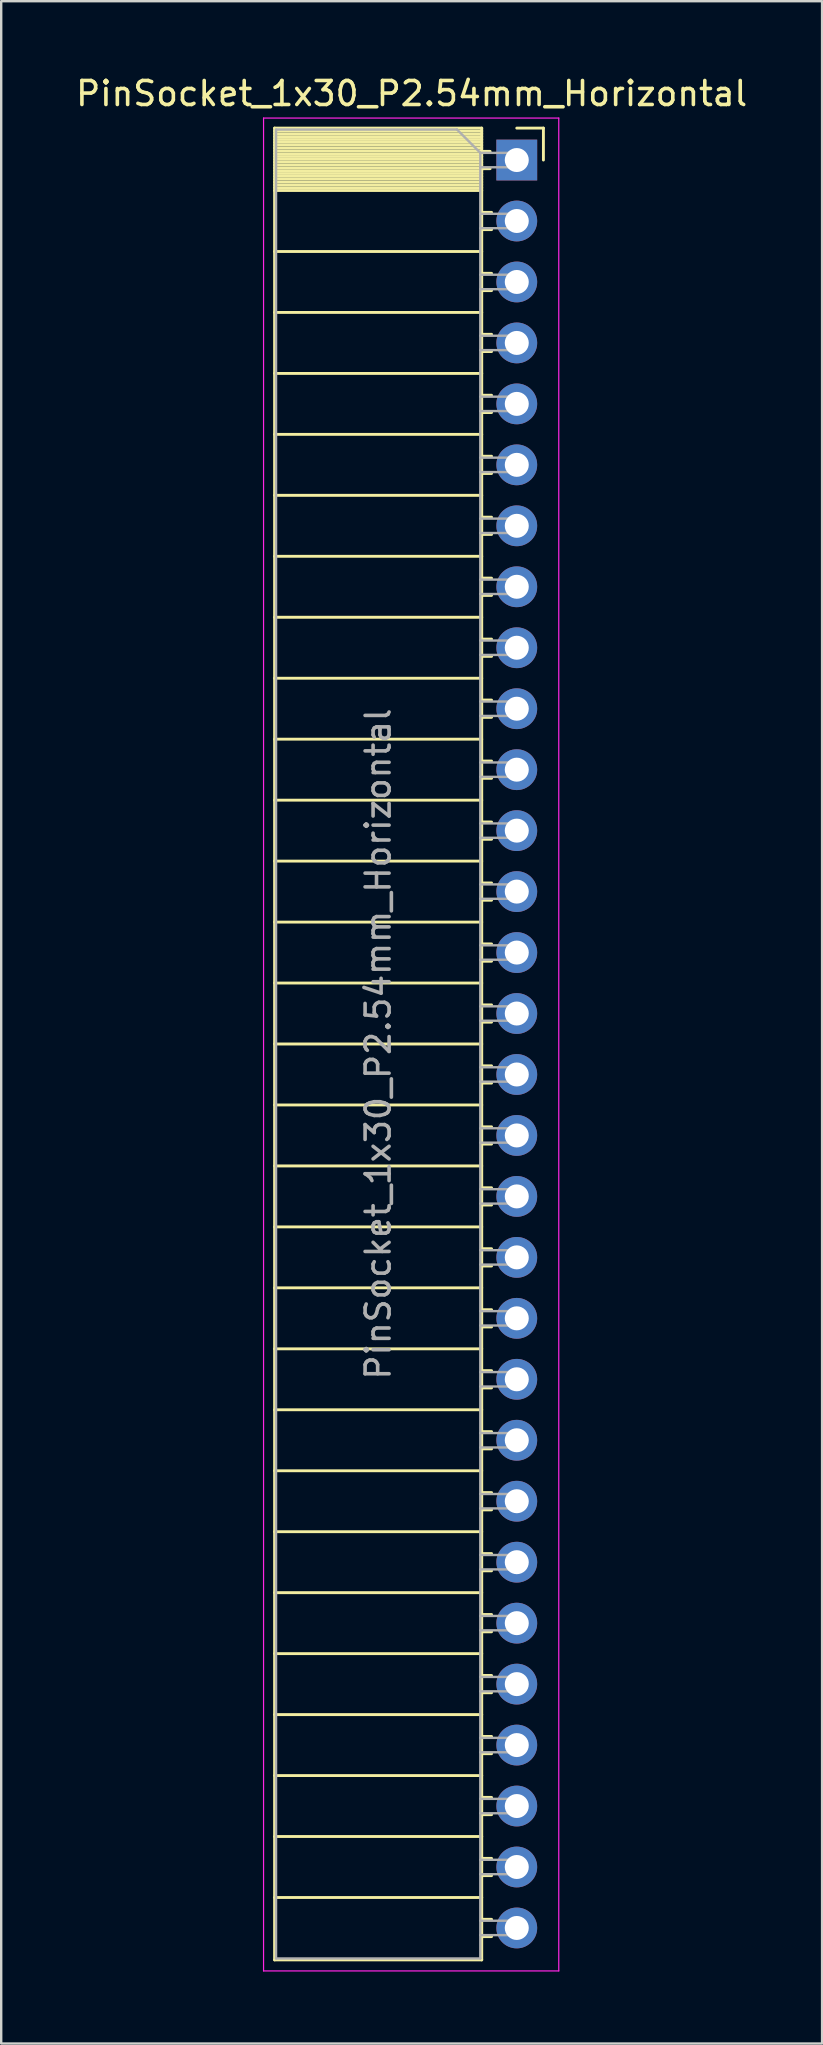
<source format=kicad_pcb>
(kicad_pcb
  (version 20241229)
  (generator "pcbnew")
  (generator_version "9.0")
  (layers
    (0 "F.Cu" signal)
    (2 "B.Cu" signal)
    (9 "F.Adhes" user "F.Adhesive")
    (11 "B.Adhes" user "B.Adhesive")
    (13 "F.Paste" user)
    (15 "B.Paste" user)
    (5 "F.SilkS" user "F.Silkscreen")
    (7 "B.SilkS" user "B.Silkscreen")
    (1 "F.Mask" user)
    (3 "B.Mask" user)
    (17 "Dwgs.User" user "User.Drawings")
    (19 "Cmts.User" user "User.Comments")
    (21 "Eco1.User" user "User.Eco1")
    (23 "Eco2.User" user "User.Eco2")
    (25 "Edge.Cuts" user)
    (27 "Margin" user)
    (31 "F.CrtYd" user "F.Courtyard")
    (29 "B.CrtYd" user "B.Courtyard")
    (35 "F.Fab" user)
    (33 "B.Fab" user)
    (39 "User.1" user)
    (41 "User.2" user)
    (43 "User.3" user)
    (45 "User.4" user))
  (footprint "PinSocket_1x30_P2.54mm_Horizontal"
    (layer "F.Cu")
    (at 18.481 3.618)
    (property "Reference" "PinSocket_1x30_P2.54mm_Horizontal" (at -4.38 -2.77 0) (layer "F.SilkS") (effects (font (size 1 1) (thickness 0.15))))
    (attr through_hole)
    (fp_line (start -10.09 -1.33) (end -10.09 74.99) (stroke (width 0.12) (type solid)) (layer "F.SilkS"))
    (fp_line (start -10.09 -1.33) (end -1.46 -1.33) (stroke (width 0.12) (type solid)) (layer "F.SilkS"))
    (fp_line (start -10.09 -1.21) (end -1.46 -1.21) (stroke (width 0.12) (type solid)) (layer "F.SilkS"))
    (fp_line (start -10.09 -1.092) (end -1.46 -1.092) (stroke (width 0.12) (type solid)) (layer "F.SilkS"))
    (fp_line (start -10.09 -0.974) (end -1.46 -0.974) (stroke (width 0.12) (type solid)) (layer "F.SilkS"))
    (fp_line (start -10.09 -0.856) (end -1.46 -0.856) (stroke (width 0.12) (type solid)) (layer "F.SilkS"))
    (fp_line (start -10.09 -0.738) (end -1.46 -0.738) (stroke (width 0.12) (type solid)) (layer "F.SilkS"))
    (fp_line (start -10.09 -0.62) (end -1.46 -0.62) (stroke (width 0.12) (type solid)) (layer "F.SilkS"))
    (fp_line (start -10.09 -0.501) (end -1.46 -0.501) (stroke (width 0.12) (type solid)) (layer "F.SilkS"))
    (fp_line (start -10.09 -0.383) (end -1.46 -0.383) (stroke (width 0.12) (type solid)) (layer "F.SilkS"))
    (fp_line (start -10.09 -0.265) (end -1.46 -0.265) (stroke (width 0.12) (type solid)) (layer "F.SilkS"))
    (fp_line (start -10.09 -0.147) (end -1.46 -0.147) (stroke (width 0.12) (type solid)) (layer "F.SilkS"))
    (fp_line (start -10.09 -0.029) (end -1.46 -0.029) (stroke (width 0.12) (type solid)) (layer "F.SilkS"))
    (fp_line (start -10.09 0.089) (end -1.46 0.089) (stroke (width 0.12) (type solid)) (layer "F.SilkS"))
    (fp_line (start -10.09 0.207) (end -1.46 0.207) (stroke (width 0.12) (type solid)) (layer "F.SilkS"))
    (fp_line (start -10.09 0.325) (end -1.46 0.325) (stroke (width 0.12) (type solid)) (layer "F.SilkS"))
    (fp_line (start -10.09 0.443) (end -1.46 0.443) (stroke (width 0.12) (type solid)) (layer "F.SilkS"))
    (fp_line (start -10.09 0.561) (end -1.46 0.561) (stroke (width 0.12) (type solid)) (layer "F.SilkS"))
    (fp_line (start -10.09 0.68) (end -1.46 0.68) (stroke (width 0.12) (type solid)) (layer "F.SilkS"))
    (fp_line (start -10.09 0.798) (end -1.46 0.798) (stroke (width 0.12) (type solid)) (layer "F.SilkS"))
    (fp_line (start -10.09 0.916) (end -1.46 0.916) (stroke (width 0.12) (type solid)) (layer "F.SilkS"))
    (fp_line (start -10.09 1.034) (end -1.46 1.034) (stroke (width 0.12) (type solid)) (layer "F.SilkS"))
    (fp_line (start -10.09 1.152) (end -1.46 1.152) (stroke (width 0.12) (type solid)) (layer "F.SilkS"))
    (fp_line (start -10.09 1.27) (end -1.46 1.27) (stroke (width 0.12) (type solid)) (layer "F.SilkS"))
    (fp_line (start -10.09 3.81) (end -1.46 3.81) (stroke (width 0.12) (type solid)) (layer "F.SilkS"))
    (fp_line (start -10.09 6.35) (end -1.46 6.35) (stroke (width 0.12) (type solid)) (layer "F.SilkS"))
    (fp_line (start -10.09 8.89) (end -1.46 8.89) (stroke (width 0.12) (type solid)) (layer "F.SilkS"))
    (fp_line (start -10.09 11.43) (end -1.46 11.43) (stroke (width 0.12) (type solid)) (layer "F.SilkS"))
    (fp_line (start -10.09 13.97) (end -1.46 13.97) (stroke (width 0.12) (type solid)) (layer "F.SilkS"))
    (fp_line (start -10.09 16.51) (end -1.46 16.51) (stroke (width 0.12) (type solid)) (layer "F.SilkS"))
    (fp_line (start -10.09 19.05) (end -1.46 19.05) (stroke (width 0.12) (type solid)) (layer "F.SilkS"))
    (fp_line (start -10.09 21.59) (end -1.46 21.59) (stroke (width 0.12) (type solid)) (layer "F.SilkS"))
    (fp_line (start -10.09 24.13) (end -1.46 24.13) (stroke (width 0.12) (type solid)) (layer "F.SilkS"))
    (fp_line (start -10.09 26.67) (end -1.46 26.67) (stroke (width 0.12) (type solid)) (layer "F.SilkS"))
    (fp_line (start -10.09 29.21) (end -1.46 29.21) (stroke (width 0.12) (type solid)) (layer "F.SilkS"))
    (fp_line (start -10.09 31.75) (end -1.46 31.75) (stroke (width 0.12) (type solid)) (layer "F.SilkS"))
    (fp_line (start -10.09 34.29) (end -1.46 34.29) (stroke (width 0.12) (type solid)) (layer "F.SilkS"))
    (fp_line (start -10.09 36.83) (end -1.46 36.83) (stroke (width 0.12) (type solid)) (layer "F.SilkS"))
    (fp_line (start -10.09 39.37) (end -1.46 39.37) (stroke (width 0.12) (type solid)) (layer "F.SilkS"))
    (fp_line (start -10.09 41.91) (end -1.46 41.91) (stroke (width 0.12) (type solid)) (layer "F.SilkS"))
    (fp_line (start -10.09 44.45) (end -1.46 44.45) (stroke (width 0.12) (type solid)) (layer "F.SilkS"))
    (fp_line (start -10.09 46.99) (end -1.46 46.99) (stroke (width 0.12) (type solid)) (layer "F.SilkS"))
    (fp_line (start -10.09 49.53) (end -1.46 49.53) (stroke (width 0.12) (type solid)) (layer "F.SilkS"))
    (fp_line (start -10.09 52.07) (end -1.46 52.07) (stroke (width 0.12) (type solid)) (layer "F.SilkS"))
    (fp_line (start -10.09 54.61) (end -1.46 54.61) (stroke (width 0.12) (type solid)) (layer "F.SilkS"))
    (fp_line (start -10.09 57.15) (end -1.46 57.15) (stroke (width 0.12) (type solid)) (layer "F.SilkS"))
    (fp_line (start -10.09 59.69) (end -1.46 59.69) (stroke (width 0.12) (type solid)) (layer "F.SilkS"))
    (fp_line (start -10.09 62.23) (end -1.46 62.23) (stroke (width 0.12) (type solid)) (layer "F.SilkS"))
    (fp_line (start -10.09 64.77) (end -1.46 64.77) (stroke (width 0.12) (type solid)) (layer "F.SilkS"))
    (fp_line (start -10.09 67.31) (end -1.46 67.31) (stroke (width 0.12) (type solid)) (layer "F.SilkS"))
    (fp_line (start -10.09 69.85) (end -1.46 69.85) (stroke (width 0.12) (type solid)) (layer "F.SilkS"))
    (fp_line (start -10.09 72.39) (end -1.46 72.39) (stroke (width 0.12) (type solid)) (layer "F.SilkS"))
    (fp_line (start -10.09 74.99) (end -1.46 74.99) (stroke (width 0.12) (type solid)) (layer "F.SilkS"))
    (fp_line (start -1.46 -1.33) (end -1.46 74.99) (stroke (width 0.12) (type solid)) (layer "F.SilkS"))
    (fp_line (start -1.46 -0.36) (end -1.11 -0.36) (stroke (width 0.12) (type solid)) (layer "F.SilkS"))
    (fp_line (start -1.46 0.36) (end -1.11 0.36) (stroke (width 0.12) (type solid)) (layer "F.SilkS"))
    (fp_line (start -1.46 2.18) (end -1.05 2.18) (stroke (width 0.12) (type solid)) (layer "F.SilkS"))
    (fp_line (start -1.46 2.9) (end -1.05 2.9) (stroke (width 0.12) (type solid)) (layer "F.SilkS"))
    (fp_line (start -1.46 4.72) (end -1.05 4.72) (stroke (width 0.12) (type solid)) (layer "F.SilkS"))
    (fp_line (start -1.46 5.44) (end -1.05 5.44) (stroke (width 0.12) (type solid)) (layer "F.SilkS"))
    (fp_line (start -1.46 7.26) (end -1.05 7.26) (stroke (width 0.12) (type solid)) (layer "F.SilkS"))
    (fp_line (start -1.46 7.98) (end -1.05 7.98) (stroke (width 0.12) (type solid)) (layer "F.SilkS"))
    (fp_line (start -1.46 9.8) (end -1.05 9.8) (stroke (width 0.12) (type solid)) (layer "F.SilkS"))
    (fp_line (start -1.46 10.52) (end -1.05 10.52) (stroke (width 0.12) (type solid)) (layer "F.SilkS"))
    (fp_line (start -1.46 12.34) (end -1.05 12.34) (stroke (width 0.12) (type solid)) (layer "F.SilkS"))
    (fp_line (start -1.46 13.06) (end -1.05 13.06) (stroke (width 0.12) (type solid)) (layer "F.SilkS"))
    (fp_line (start -1.46 14.88) (end -1.05 14.88) (stroke (width 0.12) (type solid)) (layer "F.SilkS"))
    (fp_line (start -1.46 15.6) (end -1.05 15.6) (stroke (width 0.12) (type solid)) (layer "F.SilkS"))
    (fp_line (start -1.46 17.42) (end -1.05 17.42) (stroke (width 0.12) (type solid)) (layer "F.SilkS"))
    (fp_line (start -1.46 18.14) (end -1.05 18.14) (stroke (width 0.12) (type solid)) (layer "F.SilkS"))
    (fp_line (start -1.46 19.96) (end -1.05 19.96) (stroke (width 0.12) (type solid)) (layer "F.SilkS"))
    (fp_line (start -1.46 20.68) (end -1.05 20.68) (stroke (width 0.12) (type solid)) (layer "F.SilkS"))
    (fp_line (start -1.46 22.5) (end -1.05 22.5) (stroke (width 0.12) (type solid)) (layer "F.SilkS"))
    (fp_line (start -1.46 23.22) (end -1.05 23.22) (stroke (width 0.12) (type solid)) (layer "F.SilkS"))
    (fp_line (start -1.46 25.04) (end -1.05 25.04) (stroke (width 0.12) (type solid)) (layer "F.SilkS"))
    (fp_line (start -1.46 25.76) (end -1.05 25.76) (stroke (width 0.12) (type solid)) (layer "F.SilkS"))
    (fp_line (start -1.46 27.58) (end -1.05 27.58) (stroke (width 0.12) (type solid)) (layer "F.SilkS"))
    (fp_line (start -1.46 28.3) (end -1.05 28.3) (stroke (width 0.12) (type solid)) (layer "F.SilkS"))
    (fp_line (start -1.46 30.12) (end -1.05 30.12) (stroke (width 0.12) (type solid)) (layer "F.SilkS"))
    (fp_line (start -1.46 30.84) (end -1.05 30.84) (stroke (width 0.12) (type solid)) (layer "F.SilkS"))
    (fp_line (start -1.46 32.66) (end -1.05 32.66) (stroke (width 0.12) (type solid)) (layer "F.SilkS"))
    (fp_line (start -1.46 33.38) (end -1.05 33.38) (stroke (width 0.12) (type solid)) (layer "F.SilkS"))
    (fp_line (start -1.46 35.2) (end -1.05 35.2) (stroke (width 0.12) (type solid)) (layer "F.SilkS"))
    (fp_line (start -1.46 35.92) (end -1.05 35.92) (stroke (width 0.12) (type solid)) (layer "F.SilkS"))
    (fp_line (start -1.46 37.74) (end -1.05 37.74) (stroke (width 0.12) (type solid)) (layer "F.SilkS"))
    (fp_line (start -1.46 38.46) (end -1.05 38.46) (stroke (width 0.12) (type solid)) (layer "F.SilkS"))
    (fp_line (start -1.46 40.28) (end -1.05 40.28) (stroke (width 0.12) (type solid)) (layer "F.SilkS"))
    (fp_line (start -1.46 41) (end -1.05 41) (stroke (width 0.12) (type solid)) (layer "F.SilkS"))
    (fp_line (start -1.46 42.82) (end -1.05 42.82) (stroke (width 0.12) (type solid)) (layer "F.SilkS"))
    (fp_line (start -1.46 43.54) (end -1.05 43.54) (stroke (width 0.12) (type solid)) (layer "F.SilkS"))
    (fp_line (start -1.46 45.36) (end -1.05 45.36) (stroke (width 0.12) (type solid)) (layer "F.SilkS"))
    (fp_line (start -1.46 46.08) (end -1.05 46.08) (stroke (width 0.12) (type solid)) (layer "F.SilkS"))
    (fp_line (start -1.46 47.9) (end -1.05 47.9) (stroke (width 0.12) (type solid)) (layer "F.SilkS"))
    (fp_line (start -1.46 48.62) (end -1.05 48.62) (stroke (width 0.12) (type solid)) (layer "F.SilkS"))
    (fp_line (start -1.46 50.44) (end -1.05 50.44) (stroke (width 0.12) (type solid)) (layer "F.SilkS"))
    (fp_line (start -1.46 51.16) (end -1.05 51.16) (stroke (width 0.12) (type solid)) (layer "F.SilkS"))
    (fp_line (start -1.46 52.98) (end -1.05 52.98) (stroke (width 0.12) (type solid)) (layer "F.SilkS"))
    (fp_line (start -1.46 53.7) (end -1.05 53.7) (stroke (width 0.12) (type solid)) (layer "F.SilkS"))
    (fp_line (start -1.46 55.52) (end -1.05 55.52) (stroke (width 0.12) (type solid)) (layer "F.SilkS"))
    (fp_line (start -1.46 56.24) (end -1.05 56.24) (stroke (width 0.12) (type solid)) (layer "F.SilkS"))
    (fp_line (start -1.46 58.06) (end -1.05 58.06) (stroke (width 0.12) (type solid)) (layer "F.SilkS"))
    (fp_line (start -1.46 58.78) (end -1.05 58.78) (stroke (width 0.12) (type solid)) (layer "F.SilkS"))
    (fp_line (start -1.46 60.6) (end -1.05 60.6) (stroke (width 0.12) (type solid)) (layer "F.SilkS"))
    (fp_line (start -1.46 61.32) (end -1.05 61.32) (stroke (width 0.12) (type solid)) (layer "F.SilkS"))
    (fp_line (start -1.46 63.14) (end -1.05 63.14) (stroke (width 0.12) (type solid)) (layer "F.SilkS"))
    (fp_line (start -1.46 63.86) (end -1.05 63.86) (stroke (width 0.12) (type solid)) (layer "F.SilkS"))
    (fp_line (start -1.46 65.68) (end -1.05 65.68) (stroke (width 0.12) (type solid)) (layer "F.SilkS"))
    (fp_line (start -1.46 66.4) (end -1.05 66.4) (stroke (width 0.12) (type solid)) (layer "F.SilkS"))
    (fp_line (start -1.46 68.22) (end -1.05 68.22) (stroke (width 0.12) (type solid)) (layer "F.SilkS"))
    (fp_line (start -1.46 68.94) (end -1.05 68.94) (stroke (width 0.12) (type solid)) (layer "F.SilkS"))
    (fp_line (start -1.46 70.76) (end -1.05 70.76) (stroke (width 0.12) (type solid)) (layer "F.SilkS"))
    (fp_line (start -1.46 71.48) (end -1.05 71.48) (stroke (width 0.12) (type solid)) (layer "F.SilkS"))
    (fp_line (start -1.46 73.3) (end -1.05 73.3) (stroke (width 0.12) (type solid)) (layer "F.SilkS"))
    (fp_line (start -1.46 74.02) (end -1.05 74.02) (stroke (width 0.12) (type solid)) (layer "F.SilkS"))
    (fp_line (start 0 -1.33) (end 1.11 -1.33) (stroke (width 0.12) (type solid)) (layer "F.SilkS"))
    (fp_line (start 1.11 -1.33) (end 1.11 0) (stroke (width 0.12) (type solid)) (layer "F.SilkS"))
    (fp_line (start -10.55 -1.75) (end -10.55 75.45) (stroke (width 0.05) (type solid)) (layer "F.CrtYd"))
    (fp_line (start -10.55 75.45) (end 1.75 75.45) (stroke (width 0.05) (type solid)) (layer "F.CrtYd"))
    (fp_line (start 1.75 -1.75) (end -10.55 -1.75) (stroke (width 0.05) (type solid)) (layer "F.CrtYd"))
    (fp_line (start 1.75 75.45) (end 1.75 -1.75) (stroke (width 0.05) (type solid)) (layer "F.CrtYd"))
    (fp_line (start -10.03 -1.27) (end -2.49 -1.27) (stroke (width 0.1) (type solid)) (layer "F.Fab"))
    (fp_line (start -10.03 74.93) (end -10.03 -1.27) (stroke (width 0.1) (type solid)) (layer "F.Fab"))
    (fp_line (start -2.49 -1.27) (end -1.52 -0.3) (stroke (width 0.1) (type solid)) (layer "F.Fab"))
    (fp_line (start -1.52 -0.3) (end -1.52 74.93) (stroke (width 0.1) (type solid)) (layer "F.Fab"))
    (fp_line (start -1.52 0.3) (end 0 0.3) (stroke (width 0.1) (type solid)) (layer "F.Fab"))
    (fp_line (start -1.52 2.84) (end 0 2.84) (stroke (width 0.1) (type solid)) (layer "F.Fab"))
    (fp_line (start -1.52 5.38) (end 0 5.38) (stroke (width 0.1) (type solid)) (layer "F.Fab"))
    (fp_line (start -1.52 7.92) (end 0 7.92) (stroke (width 0.1) (type solid)) (layer "F.Fab"))
    (fp_line (start -1.52 10.46) (end 0 10.46) (stroke (width 0.1) (type solid)) (layer "F.Fab"))
    (fp_line (start -1.52 13) (end 0 13) (stroke (width 0.1) (type solid)) (layer "F.Fab"))
    (fp_line (start -1.52 15.54) (end 0 15.54) (stroke (width 0.1) (type solid)) (layer "F.Fab"))
    (fp_line (start -1.52 18.08) (end 0 18.08) (stroke (width 0.1) (type solid)) (layer "F.Fab"))
    (fp_line (start -1.52 20.62) (end 0 20.62) (stroke (width 0.1) (type solid)) (layer "F.Fab"))
    (fp_line (start -1.52 23.16) (end 0 23.16) (stroke (width 0.1) (type solid)) (layer "F.Fab"))
    (fp_line (start -1.52 25.7) (end 0 25.7) (stroke (width 0.1) (type solid)) (layer "F.Fab"))
    (fp_line (start -1.52 28.24) (end 0 28.24) (stroke (width 0.1) (type solid)) (layer "F.Fab"))
    (fp_line (start -1.52 30.78) (end 0 30.78) (stroke (width 0.1) (type solid)) (layer "F.Fab"))
    (fp_line (start -1.52 33.32) (end 0 33.32) (stroke (width 0.1) (type solid)) (layer "F.Fab"))
    (fp_line (start -1.52 35.86) (end 0 35.86) (stroke (width 0.1) (type solid)) (layer "F.Fab"))
    (fp_line (start -1.52 38.4) (end 0 38.4) (stroke (width 0.1) (type solid)) (layer "F.Fab"))
    (fp_line (start -1.52 40.94) (end 0 40.94) (stroke (width 0.1) (type solid)) (layer "F.Fab"))
    (fp_line (start -1.52 43.48) (end 0 43.48) (stroke (width 0.1) (type solid)) (layer "F.Fab"))
    (fp_line (start -1.52 46.02) (end 0 46.02) (stroke (width 0.1) (type solid)) (layer "F.Fab"))
    (fp_line (start -1.52 48.56) (end 0 48.56) (stroke (width 0.1) (type solid)) (layer "F.Fab"))
    (fp_line (start -1.52 51.1) (end 0 51.1) (stroke (width 0.1) (type solid)) (layer "F.Fab"))
    (fp_line (start -1.52 53.64) (end 0 53.64) (stroke (width 0.1) (type solid)) (layer "F.Fab"))
    (fp_line (start -1.52 56.18) (end 0 56.18) (stroke (width 0.1) (type solid)) (layer "F.Fab"))
    (fp_line (start -1.52 58.72) (end 0 58.72) (stroke (width 0.1) (type solid)) (layer "F.Fab"))
    (fp_line (start -1.52 61.26) (end 0 61.26) (stroke (width 0.1) (type solid)) (layer "F.Fab"))
    (fp_line (start -1.52 63.8) (end 0 63.8) (stroke (width 0.1) (type solid)) (layer "F.Fab"))
    (fp_line (start -1.52 66.34) (end 0 66.34) (stroke (width 0.1) (type solid)) (layer "F.Fab"))
    (fp_line (start -1.52 68.88) (end 0 68.88) (stroke (width 0.1) (type solid)) (layer "F.Fab"))
    (fp_line (start -1.52 71.42) (end 0 71.42) (stroke (width 0.1) (type solid)) (layer "F.Fab"))
    (fp_line (start -1.52 73.96) (end 0 73.96) (stroke (width 0.1) (type solid)) (layer "F.Fab"))
    (fp_line (start -1.52 74.93) (end -10.03 74.93) (stroke (width 0.1) (type solid)) (layer "F.Fab"))
    (fp_line (start 0 -0.3) (end -1.52 -0.3) (stroke (width 0.1) (type solid)) (layer "F.Fab"))
    (fp_line (start 0 0.3) (end 0 -0.3) (stroke (width 0.1) (type solid)) (layer "F.Fab"))
    (fp_line (start 0 2.24) (end -1.52 2.24) (stroke (width 0.1) (type solid)) (layer "F.Fab"))
    (fp_line (start 0 2.84) (end 0 2.24) (stroke (width 0.1) (type solid)) (layer "F.Fab"))
    (fp_line (start 0 4.78) (end -1.52 4.78) (stroke (width 0.1) (type solid)) (layer "F.Fab"))
    (fp_line (start 0 5.38) (end 0 4.78) (stroke (width 0.1) (type solid)) (layer "F.Fab"))
    (fp_line (start 0 7.32) (end -1.52 7.32) (stroke (width 0.1) (type solid)) (layer "F.Fab"))
    (fp_line (start 0 7.92) (end 0 7.32) (stroke (width 0.1) (type solid)) (layer "F.Fab"))
    (fp_line (start 0 9.86) (end -1.52 9.86) (stroke (width 0.1) (type solid)) (layer "F.Fab"))
    (fp_line (start 0 10.46) (end 0 9.86) (stroke (width 0.1) (type solid)) (layer "F.Fab"))
    (fp_line (start 0 12.4) (end -1.52 12.4) (stroke (width 0.1) (type solid)) (layer "F.Fab"))
    (fp_line (start 0 13) (end 0 12.4) (stroke (width 0.1) (type solid)) (layer "F.Fab"))
    (fp_line (start 0 14.94) (end -1.52 14.94) (stroke (width 0.1) (type solid)) (layer "F.Fab"))
    (fp_line (start 0 15.54) (end 0 14.94) (stroke (width 0.1) (type solid)) (layer "F.Fab"))
    (fp_line (start 0 17.48) (end -1.52 17.48) (stroke (width 0.1) (type solid)) (layer "F.Fab"))
    (fp_line (start 0 18.08) (end 0 17.48) (stroke (width 0.1) (type solid)) (layer "F.Fab"))
    (fp_line (start 0 20.02) (end -1.52 20.02) (stroke (width 0.1) (type solid)) (layer "F.Fab"))
    (fp_line (start 0 20.62) (end 0 20.02) (stroke (width 0.1) (type solid)) (layer "F.Fab"))
    (fp_line (start 0 22.56) (end -1.52 22.56) (stroke (width 0.1) (type solid)) (layer "F.Fab"))
    (fp_line (start 0 23.16) (end 0 22.56) (stroke (width 0.1) (type solid)) (layer "F.Fab"))
    (fp_line (start 0 25.1) (end -1.52 25.1) (stroke (width 0.1) (type solid)) (layer "F.Fab"))
    (fp_line (start 0 25.7) (end 0 25.1) (stroke (width 0.1) (type solid)) (layer "F.Fab"))
    (fp_line (start 0 27.64) (end -1.52 27.64) (stroke (width 0.1) (type solid)) (layer "F.Fab"))
    (fp_line (start 0 28.24) (end 0 27.64) (stroke (width 0.1) (type solid)) (layer "F.Fab"))
    (fp_line (start 0 30.18) (end -1.52 30.18) (stroke (width 0.1) (type solid)) (layer "F.Fab"))
    (fp_line (start 0 30.78) (end 0 30.18) (stroke (width 0.1) (type solid)) (layer "F.Fab"))
    (fp_line (start 0 32.72) (end -1.52 32.72) (stroke (width 0.1) (type solid)) (layer "F.Fab"))
    (fp_line (start 0 33.32) (end 0 32.72) (stroke (width 0.1) (type solid)) (layer "F.Fab"))
    (fp_line (start 0 35.26) (end -1.52 35.26) (stroke (width 0.1) (type solid)) (layer "F.Fab"))
    (fp_line (start 0 35.86) (end 0 35.26) (stroke (width 0.1) (type solid)) (layer "F.Fab"))
    (fp_line (start 0 37.8) (end -1.52 37.8) (stroke (width 0.1) (type solid)) (layer "F.Fab"))
    (fp_line (start 0 38.4) (end 0 37.8) (stroke (width 0.1) (type solid)) (layer "F.Fab"))
    (fp_line (start 0 40.34) (end -1.52 40.34) (stroke (width 0.1) (type solid)) (layer "F.Fab"))
    (fp_line (start 0 40.94) (end 0 40.34) (stroke (width 0.1) (type solid)) (layer "F.Fab"))
    (fp_line (start 0 42.88) (end -1.52 42.88) (stroke (width 0.1) (type solid)) (layer "F.Fab"))
    (fp_line (start 0 43.48) (end 0 42.88) (stroke (width 0.1) (type solid)) (layer "F.Fab"))
    (fp_line (start 0 45.42) (end -1.52 45.42) (stroke (width 0.1) (type solid)) (layer "F.Fab"))
    (fp_line (start 0 46.02) (end 0 45.42) (stroke (width 0.1) (type solid)) (layer "F.Fab"))
    (fp_line (start 0 47.96) (end -1.52 47.96) (stroke (width 0.1) (type solid)) (layer "F.Fab"))
    (fp_line (start 0 48.56) (end 0 47.96) (stroke (width 0.1) (type solid)) (layer "F.Fab"))
    (fp_line (start 0 50.5) (end -1.52 50.5) (stroke (width 0.1) (type solid)) (layer "F.Fab"))
    (fp_line (start 0 51.1) (end 0 50.5) (stroke (width 0.1) (type solid)) (layer "F.Fab"))
    (fp_line (start 0 53.04) (end -1.52 53.04) (stroke (width 0.1) (type solid)) (layer "F.Fab"))
    (fp_line (start 0 53.64) (end 0 53.04) (stroke (width 0.1) (type solid)) (layer "F.Fab"))
    (fp_line (start 0 55.58) (end -1.52 55.58) (stroke (width 0.1) (type solid)) (layer "F.Fab"))
    (fp_line (start 0 56.18) (end 0 55.58) (stroke (width 0.1) (type solid)) (layer "F.Fab"))
    (fp_line (start 0 58.12) (end -1.52 58.12) (stroke (width 0.1) (type solid)) (layer "F.Fab"))
    (fp_line (start 0 58.72) (end 0 58.12) (stroke (width 0.1) (type solid)) (layer "F.Fab"))
    (fp_line (start 0 60.66) (end -1.52 60.66) (stroke (width 0.1) (type solid)) (layer "F.Fab"))
    (fp_line (start 0 61.26) (end 0 60.66) (stroke (width 0.1) (type solid)) (layer "F.Fab"))
    (fp_line (start 0 63.2) (end -1.52 63.2) (stroke (width 0.1) (type solid)) (layer "F.Fab"))
    (fp_line (start 0 63.8) (end 0 63.2) (stroke (width 0.1) (type solid)) (layer "F.Fab"))
    (fp_line (start 0 65.74) (end -1.52 65.74) (stroke (width 0.1) (type solid)) (layer "F.Fab"))
    (fp_line (start 0 66.34) (end 0 65.74) (stroke (width 0.1) (type solid)) (layer "F.Fab"))
    (fp_line (start 0 68.28) (end -1.52 68.28) (stroke (width 0.1) (type solid)) (layer "F.Fab"))
    (fp_line (start 0 68.88) (end 0 68.28) (stroke (width 0.1) (type solid)) (layer "F.Fab"))
    (fp_line (start 0 70.82) (end -1.52 70.82) (stroke (width 0.1) (type solid)) (layer "F.Fab"))
    (fp_line (start 0 71.42) (end 0 70.82) (stroke (width 0.1) (type solid)) (layer "F.Fab"))
    (fp_line (start 0 73.36) (end -1.52 73.36) (stroke (width 0.1) (type solid)) (layer "F.Fab"))
    (fp_line (start 0 73.96) (end 0 73.36) (stroke (width 0.1) (type solid)) (layer "F.Fab"))
    (fp_text user "${REFERENCE}" (at -5.775 36.83 90) (layer "F.Fab") (effects (font (size 1 1) (thickness 0.15))))
    (pad "1" thru_hole rect (at 0 0) (size 1.7 1.7) (drill 1) (layers "*.Cu" "*.Mask"))
    (pad "2" thru_hole oval (at 0 2.54) (size 1.7 1.7) (drill 1) (layers "*.Cu" "*.Mask"))
    (pad "3" thru_hole oval (at 0 5.08) (size 1.7 1.7) (drill 1) (layers "*.Cu" "*.Mask"))
    (pad "4" thru_hole oval (at 0 7.62) (size 1.7 1.7) (drill 1) (layers "*.Cu" "*.Mask"))
    (pad "5" thru_hole oval (at 0 10.16) (size 1.7 1.7) (drill 1) (layers "*.Cu" "*.Mask"))
    (pad "6" thru_hole oval (at 0 12.7) (size 1.7 1.7) (drill 1) (layers "*.Cu" "*.Mask"))
    (pad "7" thru_hole oval (at 0 15.24) (size 1.7 1.7) (drill 1) (layers "*.Cu" "*.Mask"))
    (pad "8" thru_hole oval (at 0 17.78) (size 1.7 1.7) (drill 1) (layers "*.Cu" "*.Mask"))
    (pad "9" thru_hole oval (at 0 20.32) (size 1.7 1.7) (drill 1) (layers "*.Cu" "*.Mask"))
    (pad "10" thru_hole oval (at 0 22.86) (size 1.7 1.7) (drill 1) (layers "*.Cu" "*.Mask"))
    (pad "11" thru_hole oval (at 0 25.4) (size 1.7 1.7) (drill 1) (layers "*.Cu" "*.Mask"))
    (pad "12" thru_hole oval (at 0 27.94) (size 1.7 1.7) (drill 1) (layers "*.Cu" "*.Mask"))
    (pad "13" thru_hole oval (at 0 30.48) (size 1.7 1.7) (drill 1) (layers "*.Cu" "*.Mask"))
    (pad "14" thru_hole oval (at 0 33.02) (size 1.7 1.7) (drill 1) (layers "*.Cu" "*.Mask"))
    (pad "15" thru_hole oval (at 0 35.56) (size 1.7 1.7) (drill 1) (layers "*.Cu" "*.Mask"))
    (pad "16" thru_hole oval (at 0 38.1) (size 1.7 1.7) (drill 1) (layers "*.Cu" "*.Mask"))
    (pad "17" thru_hole oval (at 0 40.64) (size 1.7 1.7) (drill 1) (layers "*.Cu" "*.Mask"))
    (pad "18" thru_hole oval (at 0 43.18) (size 1.7 1.7) (drill 1) (layers "*.Cu" "*.Mask"))
    (pad "19" thru_hole oval (at 0 45.72) (size 1.7 1.7) (drill 1) (layers "*.Cu" "*.Mask"))
    (pad "20" thru_hole oval (at 0 48.26) (size 1.7 1.7) (drill 1) (layers "*.Cu" "*.Mask"))
    (pad "21" thru_hole oval (at 0 50.8) (size 1.7 1.7) (drill 1) (layers "*.Cu" "*.Mask"))
    (pad "22" thru_hole oval (at 0 53.34) (size 1.7 1.7) (drill 1) (layers "*.Cu" "*.Mask"))
    (pad "23" thru_hole oval (at 0 55.88) (size 1.7 1.7) (drill 1) (layers "*.Cu" "*.Mask"))
    (pad "24" thru_hole oval (at 0 58.42) (size 1.7 1.7) (drill 1) (layers "*.Cu" "*.Mask"))
    (pad "25" thru_hole oval (at 0 60.96) (size 1.7 1.7) (drill 1) (layers "*.Cu" "*.Mask"))
    (pad "26" thru_hole oval (at 0 63.5) (size 1.7 1.7) (drill 1) (layers "*.Cu" "*.Mask"))
    (pad "27" thru_hole oval (at 0 66.04) (size 1.7 1.7) (drill 1) (layers "*.Cu" "*.Mask"))
    (pad "28" thru_hole oval (at 0 68.58) (size 1.7 1.7) (drill 1) (layers "*.Cu" "*.Mask"))
    (pad "29" thru_hole oval (at 0 71.12) (size 1.7 1.7) (drill 1) (layers "*.Cu" "*.Mask"))
    (pad "30" thru_hole oval (at 0 73.66) (size 1.7 1.7) (drill 1) (layers "*.Cu" "*.Mask")))
  (gr_rect
    (start -3 -3)
    (end 31.202 82.093)
    (stroke (width 0.1) (type default))
    (fill no)
    (layer "Edge.Cuts")))
</source>
